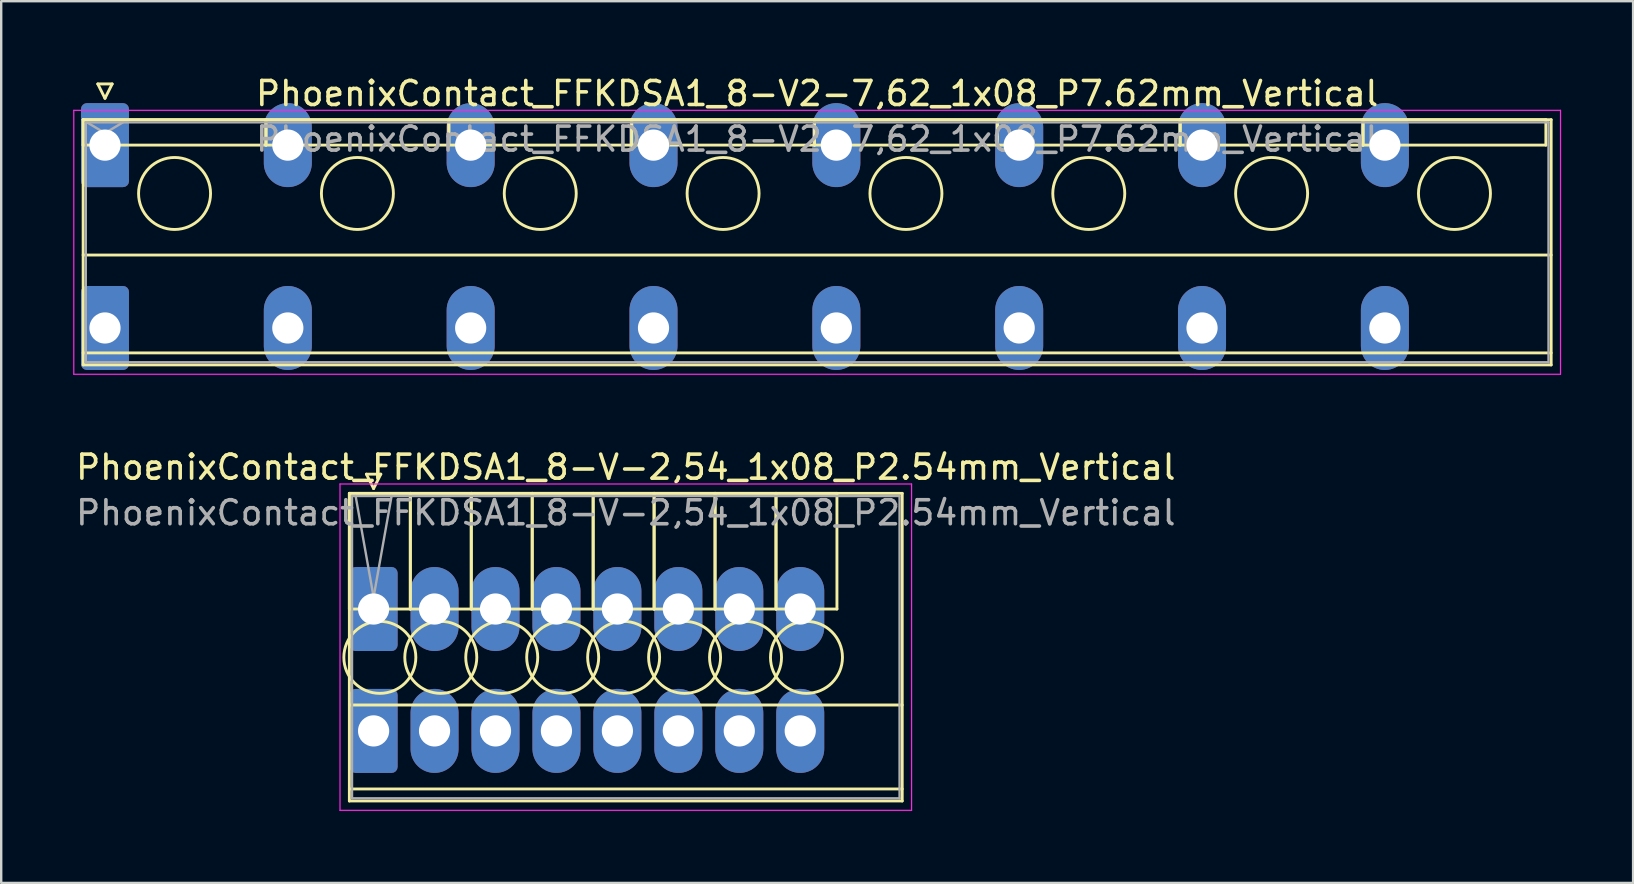
<source format=kicad_pcb>
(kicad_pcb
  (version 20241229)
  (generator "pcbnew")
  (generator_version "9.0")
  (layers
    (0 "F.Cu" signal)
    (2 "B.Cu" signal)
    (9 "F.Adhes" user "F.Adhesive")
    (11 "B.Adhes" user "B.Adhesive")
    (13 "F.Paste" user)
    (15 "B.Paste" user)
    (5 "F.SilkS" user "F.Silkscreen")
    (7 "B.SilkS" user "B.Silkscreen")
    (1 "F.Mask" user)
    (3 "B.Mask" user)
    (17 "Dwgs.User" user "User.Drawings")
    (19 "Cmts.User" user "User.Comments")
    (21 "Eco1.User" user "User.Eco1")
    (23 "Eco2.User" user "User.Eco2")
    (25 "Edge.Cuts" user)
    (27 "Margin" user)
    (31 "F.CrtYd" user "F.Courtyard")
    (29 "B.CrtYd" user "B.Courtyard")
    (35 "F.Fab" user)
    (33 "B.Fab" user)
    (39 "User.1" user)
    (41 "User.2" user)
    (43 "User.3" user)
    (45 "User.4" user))
  (footprint "PhoenixContact_FFKDSA1_8-V-2,54_1x08_P2.54mm_Vertical"
    (layer "F.Cu")
    (at 12.52 22.331)
    (property "Reference" "PhoenixContact_FFKDSA1_8-V-2,54_1x08_P2.54mm_Vertical" (at 10.51 -5.91 0) (layer "F.SilkS") (effects (font (size 1 1) (thickness 0.15))))
    (attr through_hole)
    (fp_line (start -1.01 -4.82) (end -1.01 0) (stroke (width 0.12) (type solid)) (layer "F.SilkS"))
    (fp_line (start -1.01 -4.82) (end -1.01 8) (stroke (width 0.12) (type solid)) (layer "F.SilkS"))
    (fp_line (start -1.01 0) (end 1.53 0) (stroke (width 0.12) (type solid)) (layer "F.SilkS"))
    (fp_line (start -1.01 4) (end 22.03 4) (stroke (width 0.12) (type solid)) (layer "F.SilkS"))
    (fp_line (start -1.01 7.5) (end 22.03 7.5) (stroke (width 0.12) (type solid)) (layer "F.SilkS"))
    (fp_line (start -1.01 8) (end 22.03 8) (stroke (width 0.12) (type solid)) (layer "F.SilkS"))
    (fp_line (start -0.3 -5.62) (end 0.3 -5.62) (stroke (width 0.12) (type solid)) (layer "F.SilkS"))
    (fp_line (start 0 -5.02) (end -0.3 -5.62) (stroke (width 0.12) (type solid)) (layer "F.SilkS"))
    (fp_line (start 0.3 -5.62) (end 0 -5.02) (stroke (width 0.12) (type solid)) (layer "F.SilkS"))
    (fp_line (start 1.53 -4.82) (end -1.01 -4.82) (stroke (width 0.12) (type solid)) (layer "F.SilkS"))
    (fp_line (start 1.53 -4.82) (end 1.53 0) (stroke (width 0.12) (type solid)) (layer "F.SilkS"))
    (fp_line (start 1.53 0) (end 1.53 -4.82) (stroke (width 0.12) (type solid)) (layer "F.SilkS"))
    (fp_line (start 1.53 0) (end 4.07 0) (stroke (width 0.12) (type solid)) (layer "F.SilkS"))
    (fp_line (start 4.07 -4.82) (end 1.53 -4.82) (stroke (width 0.12) (type solid)) (layer "F.SilkS"))
    (fp_line (start 4.07 -4.82) (end 4.07 0) (stroke (width 0.12) (type solid)) (layer "F.SilkS"))
    (fp_line (start 4.07 0) (end 4.07 -4.82) (stroke (width 0.12) (type solid)) (layer "F.SilkS"))
    (fp_line (start 4.07 0) (end 6.61 0) (stroke (width 0.12) (type solid)) (layer "F.SilkS"))
    (fp_line (start 6.61 -4.82) (end 4.07 -4.82) (stroke (width 0.12) (type solid)) (layer "F.SilkS"))
    (fp_line (start 6.61 -4.82) (end 6.61 0) (stroke (width 0.12) (type solid)) (layer "F.SilkS"))
    (fp_line (start 6.61 0) (end 6.61 -4.82) (stroke (width 0.12) (type solid)) (layer "F.SilkS"))
    (fp_line (start 6.61 0) (end 9.15 0) (stroke (width 0.12) (type solid)) (layer "F.SilkS"))
    (fp_line (start 9.15 -4.82) (end 6.61 -4.82) (stroke (width 0.12) (type solid)) (layer "F.SilkS"))
    (fp_line (start 9.15 -4.82) (end 9.15 0) (stroke (width 0.12) (type solid)) (layer "F.SilkS"))
    (fp_line (start 9.15 0) (end 9.15 -4.82) (stroke (width 0.12) (type solid)) (layer "F.SilkS"))
    (fp_line (start 9.15 0) (end 11.69 0) (stroke (width 0.12) (type solid)) (layer "F.SilkS"))
    (fp_line (start 11.69 -4.82) (end 9.15 -4.82) (stroke (width 0.12) (type solid)) (layer "F.SilkS"))
    (fp_line (start 11.69 -4.82) (end 11.69 0) (stroke (width 0.12) (type solid)) (layer "F.SilkS"))
    (fp_line (start 11.69 0) (end 11.69 -4.82) (stroke (width 0.12) (type solid)) (layer "F.SilkS"))
    (fp_line (start 11.69 0) (end 14.23 0) (stroke (width 0.12) (type solid)) (layer "F.SilkS"))
    (fp_line (start 14.23 -4.82) (end 11.69 -4.82) (stroke (width 0.12) (type solid)) (layer "F.SilkS"))
    (fp_line (start 14.23 -4.82) (end 14.23 0) (stroke (width 0.12) (type solid)) (layer "F.SilkS"))
    (fp_line (start 14.23 0) (end 14.23 -4.82) (stroke (width 0.12) (type solid)) (layer "F.SilkS"))
    (fp_line (start 14.23 0) (end 16.77 0) (stroke (width 0.12) (type solid)) (layer "F.SilkS"))
    (fp_line (start 16.77 -4.82) (end 14.23 -4.82) (stroke (width 0.12) (type solid)) (layer "F.SilkS"))
    (fp_line (start 16.77 -4.82) (end 16.77 0) (stroke (width 0.12) (type solid)) (layer "F.SilkS"))
    (fp_line (start 16.77 0) (end 16.77 -4.82) (stroke (width 0.12) (type solid)) (layer "F.SilkS"))
    (fp_line (start 16.77 0) (end 19.31 0) (stroke (width 0.12) (type solid)) (layer "F.SilkS"))
    (fp_line (start 19.31 -4.82) (end 16.77 -4.82) (stroke (width 0.12) (type solid)) (layer "F.SilkS"))
    (fp_line (start 19.31 0) (end 19.31 -4.82) (stroke (width 0.12) (type solid)) (layer "F.SilkS"))
    (fp_line (start 22.03 -4.82) (end -1.01 -4.82) (stroke (width 0.12) (type solid)) (layer "F.SilkS"))
    (fp_line (start 22.03 8) (end 22.03 -4.82) (stroke (width 0.12) (type solid)) (layer "F.SilkS"))
    (fp_circle (center 0.26 2.015) (end 1.76 2.015) (stroke (width 0.12) (type solid)) (fill no) (layer "F.SilkS"))
    (fp_circle (center 2.8 2.015) (end 4.3 2.015) (stroke (width 0.12) (type solid)) (fill no) (layer "F.SilkS"))
    (fp_circle (center 5.34 2.015) (end 6.84 2.015) (stroke (width 0.12) (type solid)) (fill no) (layer "F.SilkS"))
    (fp_circle (center 7.88 2.015) (end 9.38 2.015) (stroke (width 0.12) (type solid)) (fill no) (layer "F.SilkS"))
    (fp_circle (center 10.42 2.015) (end 11.92 2.015) (stroke (width 0.12) (type solid)) (fill no) (layer "F.SilkS"))
    (fp_circle (center 12.96 2.015) (end 14.46 2.015) (stroke (width 0.12) (type solid)) (fill no) (layer "F.SilkS"))
    (fp_circle (center 15.5 2.015) (end 17 2.015) (stroke (width 0.12) (type solid)) (fill no) (layer "F.SilkS"))
    (fp_circle (center 18.04 2.015) (end 19.54 2.015) (stroke (width 0.12) (type solid)) (fill no) (layer "F.SilkS"))
    (fp_line (start -1.4 -5.21) (end -1.4 8.39) (stroke (width 0.05) (type solid)) (layer "F.CrtYd"))
    (fp_line (start -1.4 8.39) (end 22.42 8.39) (stroke (width 0.05) (type solid)) (layer "F.CrtYd"))
    (fp_line (start 22.42 -5.21) (end -1.4 -5.21) (stroke (width 0.05) (type solid)) (layer "F.CrtYd"))
    (fp_line (start 22.42 8.39) (end 22.42 -5.21) (stroke (width 0.05) (type solid)) (layer "F.CrtYd"))
    (fp_line (start -0.9 -4.71) (end -0.9 7.89) (stroke (width 0.1) (type solid)) (layer "F.Fab"))
    (fp_line (start -0.9 7.89) (end 21.92 7.89) (stroke (width 0.1) (type solid)) (layer "F.Fab"))
    (fp_line (start 0 -0.5) (end -0.75 -4.71) (stroke (width 0.1) (type solid)) (layer "F.Fab"))
    (fp_line (start 0.75 -4.71) (end 0 -0.5) (stroke (width 0.1) (type solid)) (layer "F.Fab"))
    (fp_line (start 21.92 -4.71) (end -0.9 -4.71) (stroke (width 0.1) (type solid)) (layer "F.Fab"))
    (fp_line (start 21.92 7.89) (end 21.92 -4.71) (stroke (width 0.1) (type solid)) (layer "F.Fab"))
    (fp_text user "${REFERENCE}" (at 10.51 -4.01 0) (layer "F.Fab") (effects (font (size 1 1) (thickness 0.15))))
    (pad "1" thru_hole roundrect (at 0 0) (size 2 3.5) (drill 1.3) (layers "*.Cu" "*.Mask") (roundrect_rratio 0.125))
    (pad "1" thru_hole roundrect (at 0 5.08) (size 2 3.5) (drill 1.3) (layers "*.Cu" "*.Mask") (roundrect_rratio 0.125))
    (pad "2" thru_hole oval (at 2.54 0) (size 2 3.5) (drill 1.3) (layers "*.Cu" "*.Mask"))
    (pad "2" thru_hole oval (at 2.54 5.08) (size 2 3.5) (drill 1.3) (layers "*.Cu" "*.Mask"))
    (pad "3" thru_hole oval (at 5.08 0) (size 2 3.5) (drill 1.3) (layers "*.Cu" "*.Mask"))
    (pad "3" thru_hole oval (at 5.08 5.08) (size 2 3.5) (drill 1.3) (layers "*.Cu" "*.Mask"))
    (pad "4" thru_hole oval (at 7.62 0) (size 2 3.5) (drill 1.3) (layers "*.Cu" "*.Mask"))
    (pad "4" thru_hole oval (at 7.62 5.08) (size 2 3.5) (drill 1.3) (layers "*.Cu" "*.Mask"))
    (pad "5" thru_hole oval (at 10.16 0) (size 2 3.5) (drill 1.3) (layers "*.Cu" "*.Mask"))
    (pad "5" thru_hole oval (at 10.16 5.08) (size 2 3.5) (drill 1.3) (layers "*.Cu" "*.Mask"))
    (pad "6" thru_hole oval (at 12.7 0) (size 2 3.5) (drill 1.3) (layers "*.Cu" "*.Mask"))
    (pad "6" thru_hole oval (at 12.7 5.08) (size 2 3.5) (drill 1.3) (layers "*.Cu" "*.Mask"))
    (pad "7" thru_hole oval (at 15.24 0) (size 2 3.5) (drill 1.3) (layers "*.Cu" "*.Mask"))
    (pad "7" thru_hole oval (at 15.24 5.08) (size 2 3.5) (drill 1.3) (layers "*.Cu" "*.Mask"))
    (pad "8" thru_hole oval (at 17.78 0) (size 2 3.5) (drill 1.3) (layers "*.Cu" "*.Mask"))
    (pad "8" thru_hole oval (at 17.78 5.08) (size 2 3.5) (drill 1.3) (layers "*.Cu" "*.Mask")))
  (footprint "PhoenixContact_FFKDSA1_8-V2-7,62_1x08_P7.62mm_Vertical"
    (layer "F.Cu")
    (at 1.325 2.998)
    (property "Reference" "PhoenixContact_FFKDSA1_8-V2-7,62_1x08_P7.62mm_Vertical" (at 29.68 -2.15 0) (layer "F.SilkS") (effects (font (size 1 1) (thickness 0.15))))
    (attr through_hole)
    (fp_line (start -0.91 -1.06) (end -0.91 0) (stroke (width 0.12) (type solid)) (layer "F.SilkS"))
    (fp_line (start -0.91 -1.06) (end -0.91 9.16) (stroke (width 0.12) (type solid)) (layer "F.SilkS"))
    (fp_line (start -0.91 0) (end 6.71 0) (stroke (width 0.12) (type solid)) (layer "F.SilkS"))
    (fp_line (start -0.91 4.58) (end 60.27 4.58) (stroke (width 0.12) (type solid)) (layer "F.SilkS"))
    (fp_line (start -0.91 8.66) (end 60.27 8.66) (stroke (width 0.12) (type solid)) (layer "F.SilkS"))
    (fp_line (start -0.91 9.16) (end 60.27 9.16) (stroke (width 0.12) (type solid)) (layer "F.SilkS"))
    (fp_line (start -0.3 -2.55) (end 0.3 -2.55) (stroke (width 0.12) (type solid)) (layer "F.SilkS"))
    (fp_line (start 0 -1.95) (end -0.3 -2.55) (stroke (width 0.12) (type solid)) (layer "F.SilkS"))
    (fp_line (start 0.3 -2.55) (end 0 -1.95) (stroke (width 0.12) (type solid)) (layer "F.SilkS"))
    (fp_line (start 6.71 -1.06) (end -0.91 -1.06) (stroke (width 0.12) (type solid)) (layer "F.SilkS"))
    (fp_line (start 6.71 -1.06) (end 6.71 0) (stroke (width 0.12) (type solid)) (layer "F.SilkS"))
    (fp_line (start 6.71 0) (end 6.71 -1.06) (stroke (width 0.12) (type solid)) (layer "F.SilkS"))
    (fp_line (start 6.71 0) (end 14.33 0) (stroke (width 0.12) (type solid)) (layer "F.SilkS"))
    (fp_line (start 14.33 -1.06) (end 6.71 -1.06) (stroke (width 0.12) (type solid)) (layer "F.SilkS"))
    (fp_line (start 14.33 -1.06) (end 14.33 0) (stroke (width 0.12) (type solid)) (layer "F.SilkS"))
    (fp_line (start 14.33 0) (end 14.33 -1.06) (stroke (width 0.12) (type solid)) (layer "F.SilkS"))
    (fp_line (start 14.33 0) (end 21.95 0) (stroke (width 0.12) (type solid)) (layer "F.SilkS"))
    (fp_line (start 21.95 -1.06) (end 14.33 -1.06) (stroke (width 0.12) (type solid)) (layer "F.SilkS"))
    (fp_line (start 21.95 -1.06) (end 21.95 0) (stroke (width 0.12) (type solid)) (layer "F.SilkS"))
    (fp_line (start 21.95 0) (end 21.95 -1.06) (stroke (width 0.12) (type solid)) (layer "F.SilkS"))
    (fp_line (start 21.95 0) (end 29.57 0) (stroke (width 0.12) (type solid)) (layer "F.SilkS"))
    (fp_line (start 29.57 -1.06) (end 21.95 -1.06) (stroke (width 0.12) (type solid)) (layer "F.SilkS"))
    (fp_line (start 29.57 -1.06) (end 29.57 0) (stroke (width 0.12) (type solid)) (layer "F.SilkS"))
    (fp_line (start 29.57 0) (end 29.57 -1.06) (stroke (width 0.12) (type solid)) (layer "F.SilkS"))
    (fp_line (start 29.57 0) (end 37.19 0) (stroke (width 0.12) (type solid)) (layer "F.SilkS"))
    (fp_line (start 37.19 -1.06) (end 29.57 -1.06) (stroke (width 0.12) (type solid)) (layer "F.SilkS"))
    (fp_line (start 37.19 -1.06) (end 37.19 0) (stroke (width 0.12) (type solid)) (layer "F.SilkS"))
    (fp_line (start 37.19 0) (end 37.19 -1.06) (stroke (width 0.12) (type solid)) (layer "F.SilkS"))
    (fp_line (start 37.19 0) (end 44.81 0) (stroke (width 0.12) (type solid)) (layer "F.SilkS"))
    (fp_line (start 44.81 -1.06) (end 37.19 -1.06) (stroke (width 0.12) (type solid)) (layer "F.SilkS"))
    (fp_line (start 44.81 -1.06) (end 44.81 0) (stroke (width 0.12) (type solid)) (layer "F.SilkS"))
    (fp_line (start 44.81 0) (end 44.81 -1.06) (stroke (width 0.12) (type solid)) (layer "F.SilkS"))
    (fp_line (start 44.81 0) (end 52.43 0) (stroke (width 0.12) (type solid)) (layer "F.SilkS"))
    (fp_line (start 52.43 -1.06) (end 44.81 -1.06) (stroke (width 0.12) (type solid)) (layer "F.SilkS"))
    (fp_line (start 52.43 -1.06) (end 52.43 0) (stroke (width 0.12) (type solid)) (layer "F.SilkS"))
    (fp_line (start 52.43 0) (end 52.43 -1.06) (stroke (width 0.12) (type solid)) (layer "F.SilkS"))
    (fp_line (start 52.43 0) (end 60.05 0) (stroke (width 0.12) (type solid)) (layer "F.SilkS"))
    (fp_line (start 60.05 -1.06) (end 52.43 -1.06) (stroke (width 0.12) (type solid)) (layer "F.SilkS"))
    (fp_line (start 60.05 0) (end 60.05 -1.06) (stroke (width 0.12) (type solid)) (layer "F.SilkS"))
    (fp_line (start 60.27 -1.06) (end -0.91 -1.06) (stroke (width 0.12) (type solid)) (layer "F.SilkS"))
    (fp_line (start 60.27 9.16) (end 60.27 -1.06) (stroke (width 0.12) (type solid)) (layer "F.SilkS"))
    (fp_circle (center 2.9 2.015) (end 4.4 2.015) (stroke (width 0.12) (type solid)) (fill no) (layer "F.SilkS"))
    (fp_circle (center 10.52 2.015) (end 12.02 2.015) (stroke (width 0.12) (type solid)) (fill no) (layer "F.SilkS"))
    (fp_circle (center 18.14 2.015) (end 19.64 2.015) (stroke (width 0.12) (type solid)) (fill no) (layer "F.SilkS"))
    (fp_circle (center 25.76 2.015) (end 27.26 2.015) (stroke (width 0.12) (type solid)) (fill no) (layer "F.SilkS"))
    (fp_circle (center 33.38 2.015) (end 34.88 2.015) (stroke (width 0.12) (type solid)) (fill no) (layer "F.SilkS"))
    (fp_circle (center 41 2.015) (end 42.5 2.015) (stroke (width 0.12) (type solid)) (fill no) (layer "F.SilkS"))
    (fp_circle (center 48.62 2.015) (end 50.12 2.015) (stroke (width 0.12) (type solid)) (fill no) (layer "F.SilkS"))
    (fp_circle (center 56.24 2.015) (end 57.74 2.015) (stroke (width 0.12) (type solid)) (fill no) (layer "F.SilkS"))
    (fp_line (start -1.3 -1.45) (end -1.3 9.55) (stroke (width 0.05) (type solid)) (layer "F.CrtYd"))
    (fp_line (start -1.3 9.55) (end 60.66 9.55) (stroke (width 0.05) (type solid)) (layer "F.CrtYd"))
    (fp_line (start 60.66 -1.45) (end -1.3 -1.45) (stroke (width 0.05) (type solid)) (layer "F.CrtYd"))
    (fp_line (start 60.66 9.55) (end 60.66 -1.45) (stroke (width 0.05) (type solid)) (layer "F.CrtYd"))
    (fp_line (start -0.8 -0.95) (end -0.8 9.05) (stroke (width 0.1) (type solid)) (layer "F.Fab"))
    (fp_line (start -0.8 9.05) (end 60.16 9.05) (stroke (width 0.1) (type solid)) (layer "F.Fab"))
    (fp_line (start 0 -0.5) (end -0.75 -0.95) (stroke (width 0.1) (type solid)) (layer "F.Fab"))
    (fp_line (start 0.75 -0.95) (end 0 -0.5) (stroke (width 0.1) (type solid)) (layer "F.Fab"))
    (fp_line (start 60.16 -0.95) (end -0.8 -0.95) (stroke (width 0.1) (type solid)) (layer "F.Fab"))
    (fp_line (start 60.16 9.05) (end 60.16 -0.95) (stroke (width 0.1) (type solid)) (layer "F.Fab"))
    (fp_text user "${REFERENCE}" (at 29.68 -0.25 0) (layer "F.Fab") (effects (font (size 1 1) (thickness 0.15))))
    (pad "1" thru_hole roundrect (at 0 0) (size 2 3.5) (drill 1.3) (layers "*.Cu" "*.Mask") (roundrect_rratio 0.125))
    (pad "1" thru_hole roundrect (at 0 7.62) (size 2 3.5) (drill 1.3) (layers "*.Cu" "*.Mask") (roundrect_rratio 0.125))
    (pad "2" thru_hole oval (at 7.62 0) (size 2 3.5) (drill 1.3) (layers "*.Cu" "*.Mask"))
    (pad "2" thru_hole oval (at 7.62 7.62) (size 2 3.5) (drill 1.3) (layers "*.Cu" "*.Mask"))
    (pad "3" thru_hole oval (at 15.24 0) (size 2 3.5) (drill 1.3) (layers "*.Cu" "*.Mask"))
    (pad "3" thru_hole oval (at 15.24 7.62) (size 2 3.5) (drill 1.3) (layers "*.Cu" "*.Mask"))
    (pad "4" thru_hole oval (at 22.86 0) (size 2 3.5) (drill 1.3) (layers "*.Cu" "*.Mask"))
    (pad "4" thru_hole oval (at 22.86 7.62) (size 2 3.5) (drill 1.3) (layers "*.Cu" "*.Mask"))
    (pad "5" thru_hole oval (at 30.48 0) (size 2 3.5) (drill 1.3) (layers "*.Cu" "*.Mask"))
    (pad "5" thru_hole oval (at 30.48 7.62) (size 2 3.5) (drill 1.3) (layers "*.Cu" "*.Mask"))
    (pad "6" thru_hole oval (at 38.1 0) (size 2 3.5) (drill 1.3) (layers "*.Cu" "*.Mask"))
    (pad "6" thru_hole oval (at 38.1 7.62) (size 2 3.5) (drill 1.3) (layers "*.Cu" "*.Mask"))
    (pad "7" thru_hole oval (at 45.72 0) (size 2 3.5) (drill 1.3) (layers "*.Cu" "*.Mask"))
    (pad "7" thru_hole oval (at 45.72 7.62) (size 2 3.5) (drill 1.3) (layers "*.Cu" "*.Mask"))
    (pad "8" thru_hole oval (at 53.34 0) (size 2 3.5) (drill 1.3) (layers "*.Cu" "*.Mask"))
    (pad "8" thru_hole oval (at 53.34 7.62) (size 2 3.5) (drill 1.3) (layers "*.Cu" "*.Mask")))
  (gr_rect
    (start -3 -3)
    (end 65.01 33.746)
    (stroke (width 0.1) (type default))
    (fill no)
    (layer "Edge.Cuts")))
</source>
